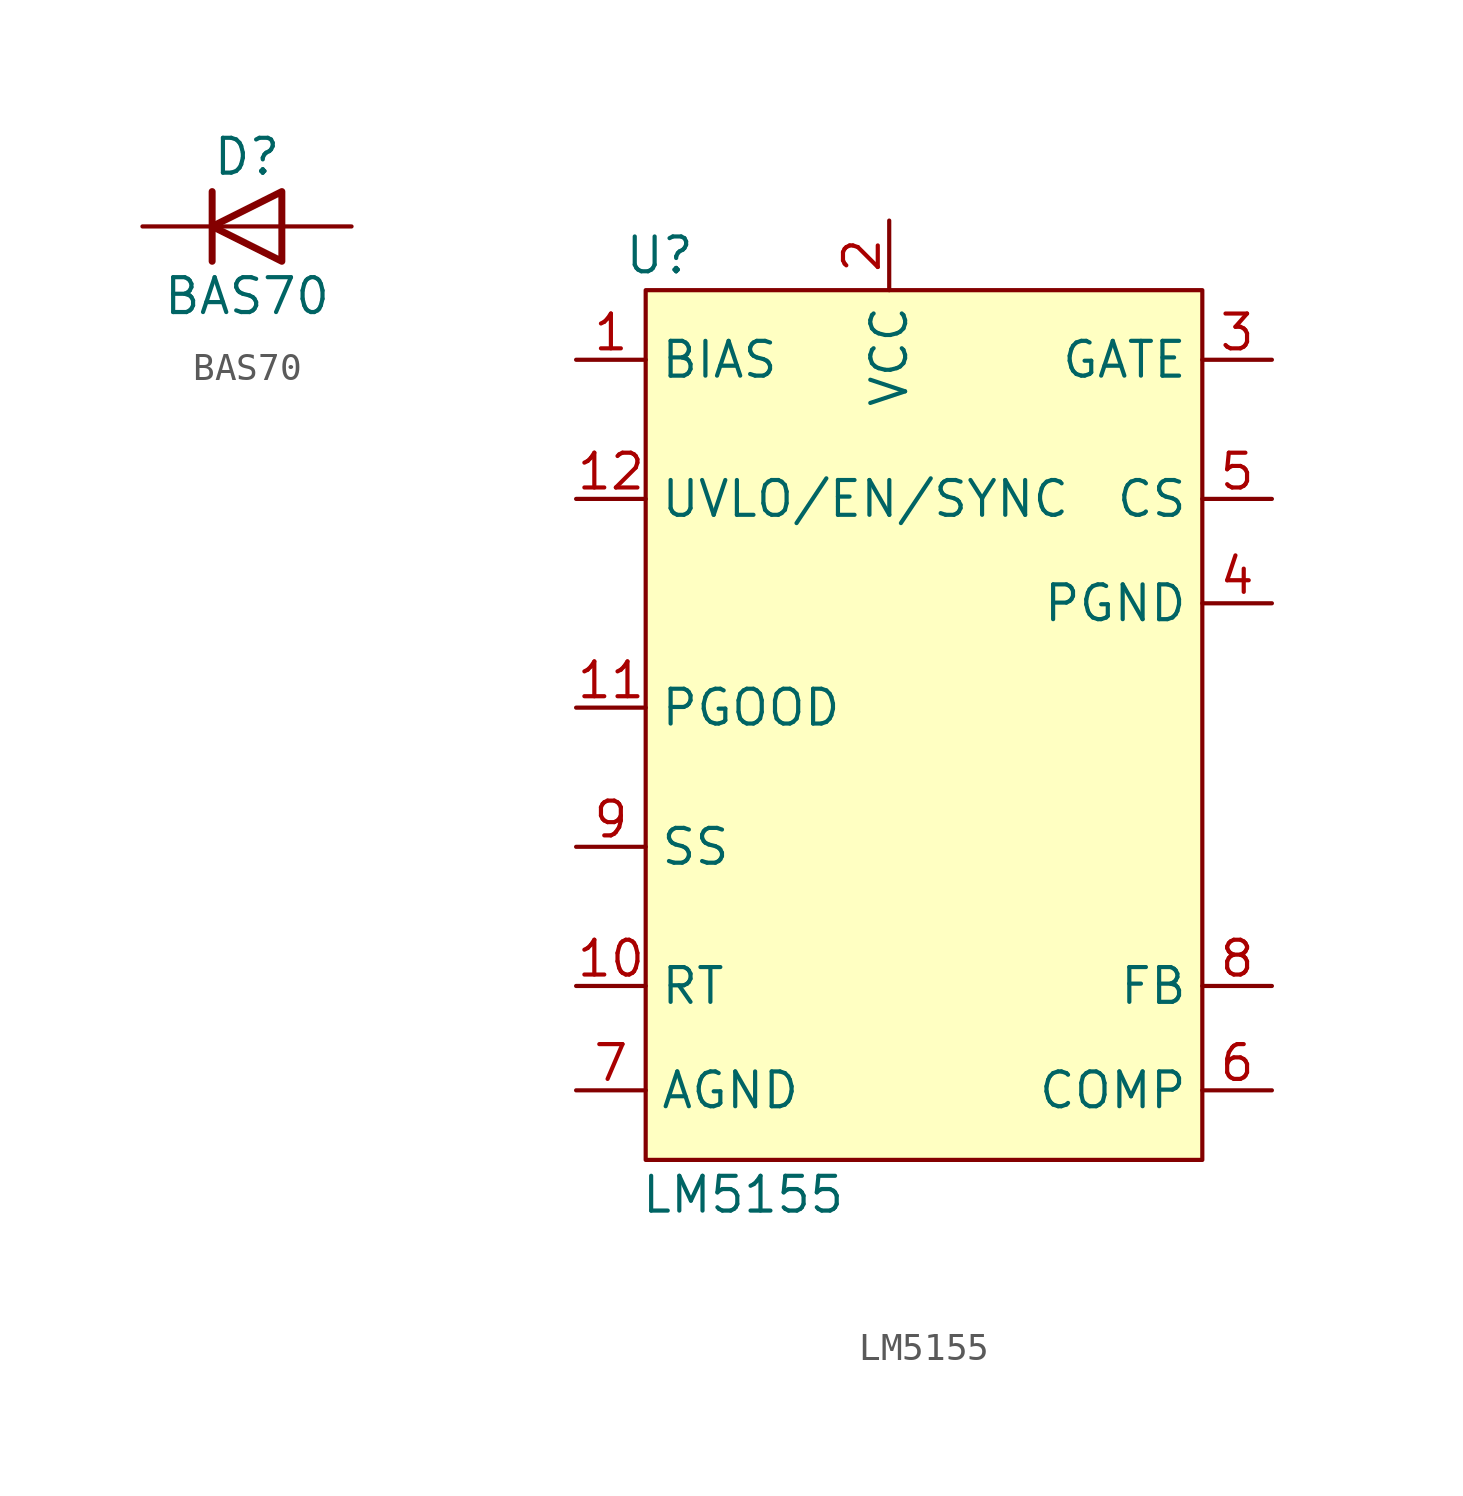
<source format=kicad_sym>
(kicad_symbol_lib
  (version 20241209)
  (generator "kicad_symbol_editor")
  (generator_version "9.0")
  (symbol "BAS70"
    (pin_numbers
      (hide yes))
    (pin_names
      (hide yes))
    (property "Reference" "D"
      (at 0 2.54 0)
      (effects (font (size 1.27 1.27))))
    (property "Value" "BAS70"
      (at 0 -2.54 0)
      (effects (font (size 1.27 1.27))))
    (symbol "BAS70_0_1"
      (polyline (pts (xy -1.27 1.27) (xy -1.27 -1.27)) (stroke (width 0.254) (type default)) (fill (type none)))
      (polyline (pts (xy 1.27 1.27) (xy 1.27 -1.27) (xy -1.27 0) (xy 1.27 1.27)) (stroke (width 0.254) (type default)) (fill (type none)))
      (polyline (pts (xy 1.27 0) (xy -1.27 0)) (stroke (width 0) (type default)) (fill (type none))))
    (symbol "BAS70_1_1"
      (pin passive line (at -3.81 0 0) (length 2.54) (name "K" (effects (font (size 1.27 1.27)))) (number "3" (effects (font (size 1.27 1.27)))))
      (pin no_connect line (at -1.27 0 0) (length 2.54) (hide yes) (name "NC" (effects (font (size 1.27 1.27)))) (number "2" (effects (font (size 1.27 1.27)))))
      (pin passive line (at 3.81 0 180) (length 2.54) (name "A" (effects (font (size 1.27 1.27)))) (number "1" (effects (font (size 1.27 1.27)))))))
  (symbol "LM5155"
    (property "Reference" "U"
      (at -9.652 13.97 0)
      (effects (font (size 1.27 1.27))))
    (property "Value" "LM5155"
      (at -6.604 -20.32 0)
      (effects (font (size 1.27 1.27))))
    (symbol "LM5155_1_1"
      (rectangle (start -10.16 12.7) (end 10.16 -19.05) (stroke (width 0) (type solid)) (fill (type background)))
      (pin power_in line (at -12.7 10.16 0) (length 2.54) (name "BIAS" (effects (font (size 1.27 1.27)))) (number "1" (effects (font (size 1.27 1.27)))))
      (pin passive line (at -12.7 5.08 0) (length 2.54) (name "UVLO/EN/SYNC" (effects (font (size 1.27 1.27)))) (number "12" (effects (font (size 1.27 1.27)))))
      (pin open_collector line (at -12.7 -2.54 0) (length 2.54) (name "PGOOD" (effects (font (size 1.27 1.27)))) (number "11" (effects (font (size 1.27 1.27)))))
      (pin passive line (at -12.7 -7.62 0) (length 2.54) (name "SS" (effects (font (size 1.27 1.27)))) (number "9" (effects (font (size 1.27 1.27)))))
      (pin passive line (at -12.7 -12.7 0) (length 2.54) (name "RT" (effects (font (size 1.27 1.27)))) (number "10" (effects (font (size 1.27 1.27)))))
      (pin passive line (at -12.7 -16.51 0) (length 2.54) (hide yes) (name "" (effects (font (size 1.27 1.27)))) (number "13" (effects (font (size 1.27 1.27)))))
      (pin power_in line (at -12.7 -16.51 0) (length 2.54) (name "AGND" (effects (font (size 1.27 1.27)))) (number "7" (effects (font (size 1.27 1.27)))))
      (pin power_out line (at -1.27 15.24 270) (length 2.54) (name "VCC" (effects (font (size 1.27 1.27)))) (number "2" (effects (font (size 1.27 1.27)))))
      (pin output line (at 12.7 10.16 180) (length 2.54) (name "GATE" (effects (font (size 1.27 1.27)))) (number "3" (effects (font (size 1.27 1.27)))))
      (pin passive line (at 12.7 5.08 180) (length 2.54) (name "CS" (effects (font (size 1.27 1.27)))) (number "5" (effects (font (size 1.27 1.27)))))
      (pin power_in line (at 12.7 1.27 180) (length 2.54) (name "PGND" (effects (font (size 1.27 1.27)))) (number "4" (effects (font (size 1.27 1.27)))))
      (pin passive line (at 12.7 -12.7 180) (length 2.54) (name "FB" (effects (font (size 1.27 1.27)))) (number "8" (effects (font (size 1.27 1.27)))))
      (pin passive line (at 12.7 -16.51 180) (length 2.54) (name "COMP" (effects (font (size 1.27 1.27)))) (number "6" (effects (font (size 1.27 1.27))))))))
</source>
